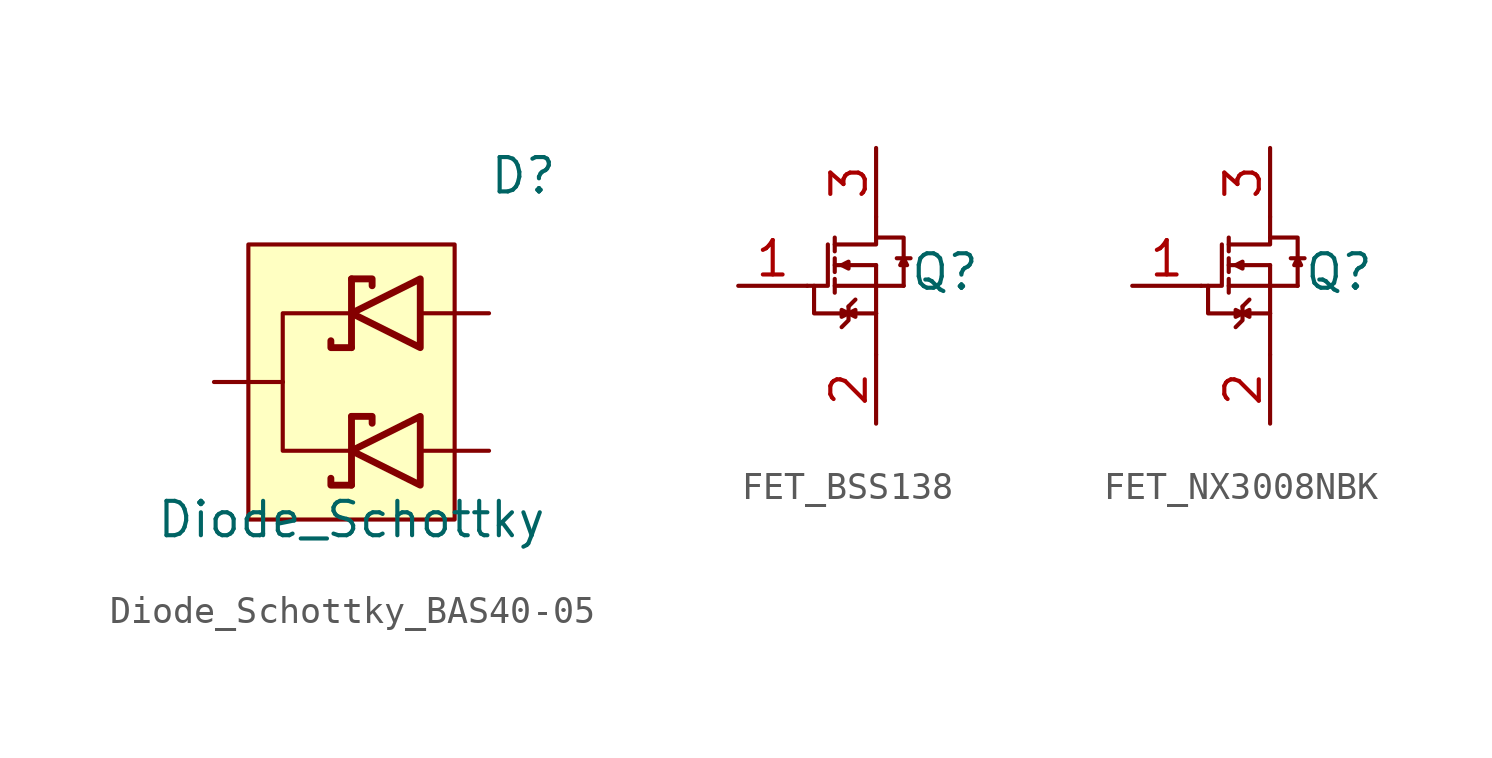
<source format=kicad_sym>
(kicad_symbol_lib
  (version 20220914)
  (generator kicad_symbol_editor)
  (symbol "Diode_Schottky_BAS40-05"
    (pin_numbers hide)
    (pin_names hide)
    (property "Reference" "D"
      (at 6.35 10.16 0)
      (effects (font (size 1.27 1.27))))
    (property "Value" "Diode_Schottky"
      (at 0 -2.54 0)
      (effects (font (size 1.27 1.27))))
    (symbol "Diode_Schottky_BAS40-05_0_1"
      (polyline (pts (xy 0 1.27) (xy 0 -1.27)) (stroke (width 0.254) (type default)) (fill (type none)))
      (polyline (pts (xy 0 6.35) (xy 0 3.81)) (stroke (width 0.254) (type default)) (fill (type none)))
      (polyline (pts (xy -2.54 2.54) (xy -2.54 0) (xy 0 0)) (stroke (width 0) (type default)) (fill (type none)))
      (polyline (pts (xy -2.54 2.54) (xy -2.54 5.08) (xy 0 5.08)) (stroke (width 0) (type default)) (fill (type none)))
      (polyline (pts (xy 2.54 1.27) (xy 2.54 -1.27) (xy 0 0) (xy 2.54 1.27)) (stroke (width 0.254) (type default)) (fill (type none)))
      (polyline (pts (xy 2.54 6.35) (xy 2.54 3.81) (xy 0 5.08) (xy 2.54 6.35)) (stroke (width 0.254) (type default)) (fill (type none))))
    (symbol "Diode_Schottky_BAS40-05_1_1"
      (rectangle (start -3.81 7.62) (end 3.81 -2.54) (stroke (width 0) (type default)) (fill (type background)))
      (polyline (pts (xy 0 -1.27) (xy -0.762 -1.27) (xy -0.762 -1.016)) (stroke (width 0.254) (type default)) (fill (type none)))
      (polyline (pts (xy 0 1.27) (xy 0.762 1.27) (xy 0.762 1.016)) (stroke (width 0.254) (type default)) (fill (type none)))
      (polyline (pts (xy 0 3.81) (xy -0.762 3.81) (xy -0.762 4.064)) (stroke (width 0.254) (type default)) (fill (type none)))
      (polyline (pts (xy 0 6.35) (xy 0.762 6.35) (xy 0.762 6.096)) (stroke (width 0.254) (type default)) (fill (type none)))
      (pin passive line (at 5.08 0 180) (length 2.54) (name "A" (effects (font (size 1.27 1.27)))) (number "1" (effects (font (size 1.27 1.27)))))
      (pin passive line (at 5.08 5.08 180) (length 2.54) (name "A" (effects (font (size 1.27 1.27)))) (number "2" (effects (font (size 1.27 1.27)))))
      (pin passive line (at -5.08 2.54 0) (length 2.54) (name "K" (effects (font (size 1.27 1.27)))) (number "3" (effects (font (size 1.27 1.27)))))))
  (symbol "FET_BSS138"
    (property "Reference" "Q"
      (at 2.54 0.508 0)
      (effects (font (size 1.27 1.27))))
    (property "Value" ""
      (at 0 0.762 0)
      (effects (font (size 1.27 1.27))))
    (symbol "FET_BSS138_1_1"
      (polyline (pts (xy -1.524 1.016) (xy -1.524 0.508)) (stroke (width 0) (type default)) (fill (type none)))
      (polyline (pts (xy -1.524 1.27) (xy -1.524 1.778)) (stroke (width 0) (type default)) (fill (type none)))
      (polyline (pts (xy -1.27 0.762) (xy -1.524 0.762)) (stroke (width 0) (type default)) (fill (type none)))
      (polyline (pts (xy -1.016 -0.762) (xy -0.762 -0.508)) (stroke (width 0) (type default)) (fill (type none)))
      (polyline (pts (xy 0 -1.016) (xy 0 -2.54)) (stroke (width 0) (type default)) (fill (type none)))
      (polyline (pts (xy 0 0) (xy 0 -1.016)) (stroke (width 0) (type default)) (fill (type none)))
      (polyline (pts (xy 0 0) (xy 1.016 0)) (stroke (width 0) (type default)) (fill (type none)))
      (polyline (pts (xy 0.762 1.016) (xy 1.27 1.016)) (stroke (width 0) (type default)) (fill (type none)))
      (polyline (pts (xy -1.778 1.524) (xy -1.778 0) (xy -2.54 0)) (stroke (width 0) (type default)) (fill (type none)))
      (polyline (pts (xy -1.524 0) (xy 0 0) (xy 0 0.762)) (stroke (width 0) (type default)) (fill (type none)))
      (polyline (pts (xy -1.524 0.254) (xy -1.524 -0.254) (xy -1.524 0)) (stroke (width 0) (type default)) (fill (type none)))
      (polyline (pts (xy -1.524 1.524) (xy 0 1.524) (xy 0 2.54)) (stroke (width 0) (type default)) (fill (type none)))
      (polyline (pts (xy -1.27 -1.016) (xy -2.286 -1.016) (xy -2.286 0)) (stroke (width 0) (type default)) (fill (type none)))
      (polyline (pts (xy -1.016 -0.762) (xy -1.016 -1.27) (xy -1.27 -1.524)) (stroke (width 0) (type default)) (fill (type none)))
      (polyline (pts (xy -1.016 -1.016) (xy -1.27 -0.889) (xy -1.27 -1.143) (xy -1.016 -1.016)) (stroke (width 0) (type default)) (fill (type outline)))
      (polyline (pts (xy 1.016 1.016) (xy 1.016 1.778) (xy 0 1.778) (xy 0.254 1.778)) (stroke (width 0) (type default)) (fill (type none)))
      (polyline (pts (xy 0 -1.016) (xy -0.762 -1.016) (xy -0.762 -0.889) (xy -1.016 -1.016) (xy -0.762 -1.143) (xy -0.762 -1.016)) (stroke (width 0) (type default)) (fill (type outline)))
      (polyline (pts (xy 0 0.762) (xy -1.016 0.762) (xy -1.016 0.889) (xy -1.27 0.762) (xy -1.016 0.635) (xy -1.016 0.762)) (stroke (width 0) (type default)) (fill (type outline)))
      (polyline (pts (xy 1.016 0) (xy 1.016 0.762) (xy 0.889 0.762) (xy 1.016 1.016) (xy 1.143 0.762) (xy 1.016 0.762)) (stroke (width 0) (type default)) (fill (type outline)))
      (pin input line (at -5.08 0 0) (length 2.54) (name "" (effects (font (size 1.27 1.27)))) (number "1" (effects (font (size 1.27 1.27)))))
      (pin input line (at 0 -5.08 90) (length 2.54) (name "" (effects (font (size 1.27 1.27)))) (number "2" (effects (font (size 1.27 1.27)))))
      (pin input line (at 0 5.08 270) (length 2.54) (name "" (effects (font (size 1.27 1.27)))) (number "3" (effects (font (size 1.27 1.27)))))))
  (symbol "FET_NX3008NBK"
    (property "Reference" "Q"
      (at 2.54 0.508 0)
      (effects (font (size 1.27 1.27))))
    (property "Value" ""
      (at 0 0.762 0)
      (effects (font (size 1.27 1.27))))
    (symbol "FET_NX3008NBK_1_1"
      (polyline (pts (xy -1.524 1.016) (xy -1.524 0.508)) (stroke (width 0) (type default)) (fill (type none)))
      (polyline (pts (xy -1.524 1.27) (xy -1.524 1.778)) (stroke (width 0) (type default)) (fill (type none)))
      (polyline (pts (xy -1.27 0.762) (xy -1.524 0.762)) (stroke (width 0) (type default)) (fill (type none)))
      (polyline (pts (xy -1.016 -0.762) (xy -0.762 -0.508)) (stroke (width 0) (type default)) (fill (type none)))
      (polyline (pts (xy 0 -1.016) (xy 0 -2.54)) (stroke (width 0) (type default)) (fill (type none)))
      (polyline (pts (xy 0 0) (xy 0 -1.016)) (stroke (width 0) (type default)) (fill (type none)))
      (polyline (pts (xy 0 0) (xy 1.016 0)) (stroke (width 0) (type default)) (fill (type none)))
      (polyline (pts (xy 0.762 1.016) (xy 1.27 1.016)) (stroke (width 0) (type default)) (fill (type none)))
      (polyline (pts (xy -1.778 1.524) (xy -1.778 0) (xy -2.54 0)) (stroke (width 0) (type default)) (fill (type none)))
      (polyline (pts (xy -1.524 0) (xy 0 0) (xy 0 0.762)) (stroke (width 0) (type default)) (fill (type none)))
      (polyline (pts (xy -1.524 0.254) (xy -1.524 -0.254) (xy -1.524 0)) (stroke (width 0) (type default)) (fill (type none)))
      (polyline (pts (xy -1.524 1.524) (xy 0 1.524) (xy 0 2.54)) (stroke (width 0) (type default)) (fill (type none)))
      (polyline (pts (xy -1.27 -1.016) (xy -2.286 -1.016) (xy -2.286 0)) (stroke (width 0) (type default)) (fill (type none)))
      (polyline (pts (xy -1.016 -0.762) (xy -1.016 -1.27) (xy -1.27 -1.524)) (stroke (width 0) (type default)) (fill (type none)))
      (polyline (pts (xy -1.016 -1.016) (xy -1.27 -0.889) (xy -1.27 -1.143) (xy -1.016 -1.016)) (stroke (width 0) (type default)) (fill (type outline)))
      (polyline (pts (xy 1.016 1.016) (xy 1.016 1.778) (xy 0 1.778) (xy 0.254 1.778)) (stroke (width 0) (type default)) (fill (type none)))
      (polyline (pts (xy 0 -1.016) (xy -0.762 -1.016) (xy -0.762 -0.889) (xy -1.016 -1.016) (xy -0.762 -1.143) (xy -0.762 -1.016)) (stroke (width 0) (type default)) (fill (type outline)))
      (polyline (pts (xy 0 0.762) (xy -1.016 0.762) (xy -1.016 0.889) (xy -1.27 0.762) (xy -1.016 0.635) (xy -1.016 0.762)) (stroke (width 0) (type default)) (fill (type outline)))
      (polyline (pts (xy 1.016 0) (xy 1.016 0.762) (xy 0.889 0.762) (xy 1.016 1.016) (xy 1.143 0.762) (xy 1.016 0.762)) (stroke (width 0) (type default)) (fill (type outline)))
      (pin input line (at -5.08 0 0) (length 2.54) (name "" (effects (font (size 1.27 1.27)))) (number "1" (effects (font (size 1.27 1.27)))))
      (pin input line (at 0 -5.08 90) (length 2.54) (name "" (effects (font (size 1.27 1.27)))) (number "2" (effects (font (size 1.27 1.27)))))
      (pin input line (at 0 5.08 270) (length 2.54) (name "" (effects (font (size 1.27 1.27)))) (number "3" (effects (font (size 1.27 1.27))))))))
</source>
